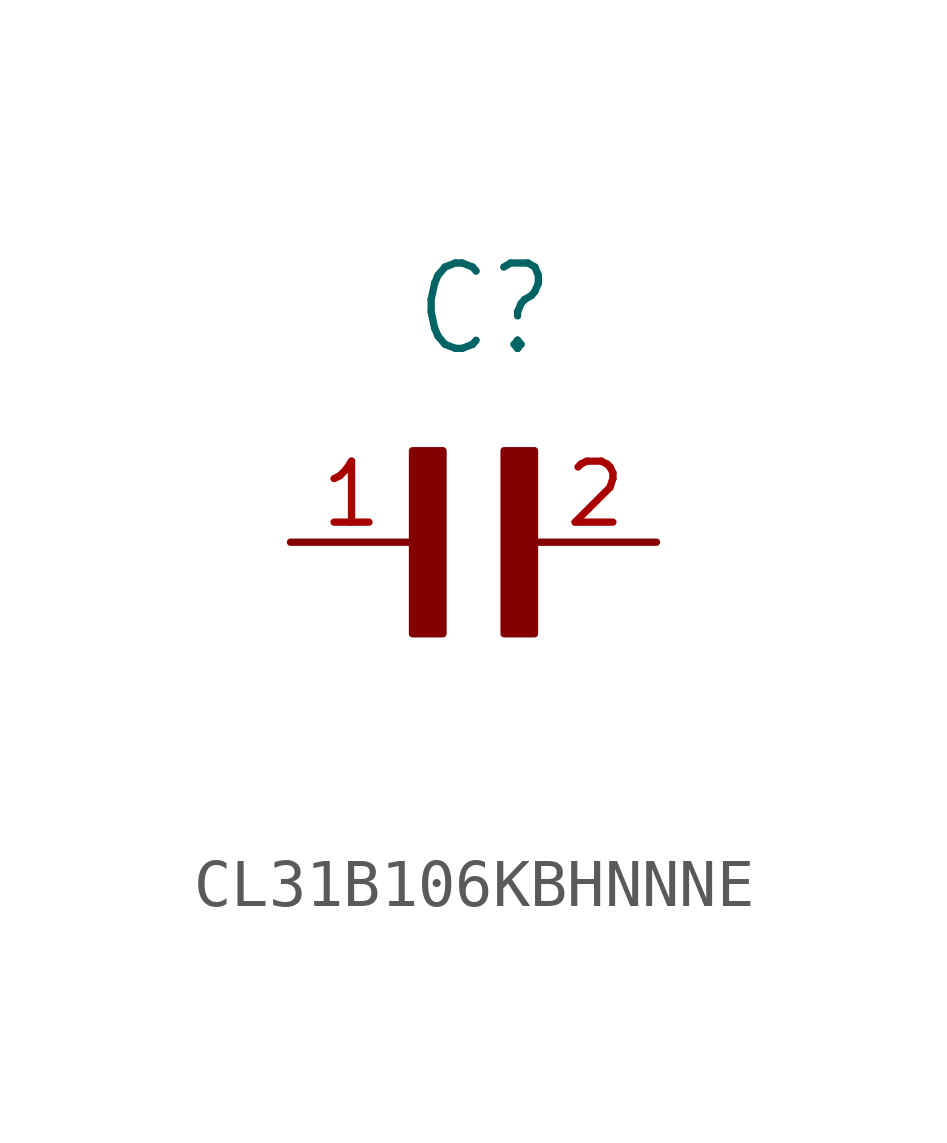
<source format=kicad_sym>
(kicad_symbol_lib
  (version 20220914)
  (generator kicad_symbol_editor)
  (symbol "CL31B106KBHNNNE"
    (property "Reference" "C"
      (at 0 3.811 0)
      (effects (font (size 1.778 1.512)) (justify left bottom)))
    (property "Value" ""
      (at 0 -5.088 0)
      (effects (font (size 1.781 1.514)) (justify left bottom)))
    (property "ki_locked" ""
      (at 0 0 0)
      (effects (font (size 1.27 1.27))))
    (symbol "CL31B106KBHNNNE_1_0"
      (rectangle (start 0 -1.907) (end 0.635 1.905) (stroke (width 0) (type default)) (fill (type outline)))
      (rectangle (start 1.907 -1.907) (end 2.54 1.905) (stroke (width 0) (type default)) (fill (type outline)))
      (pin passive line (at -2.54 0 0) (length 2.54) (name "1" (effects (font (size 0 0)))) (number "1" (effects (font (size 1.27 1.27)))))
      (pin passive line (at 5.08 0 180) (length 2.54) (name "2" (effects (font (size 0 0)))) (number "2" (effects (font (size 1.27 1.27))))))))
</source>
